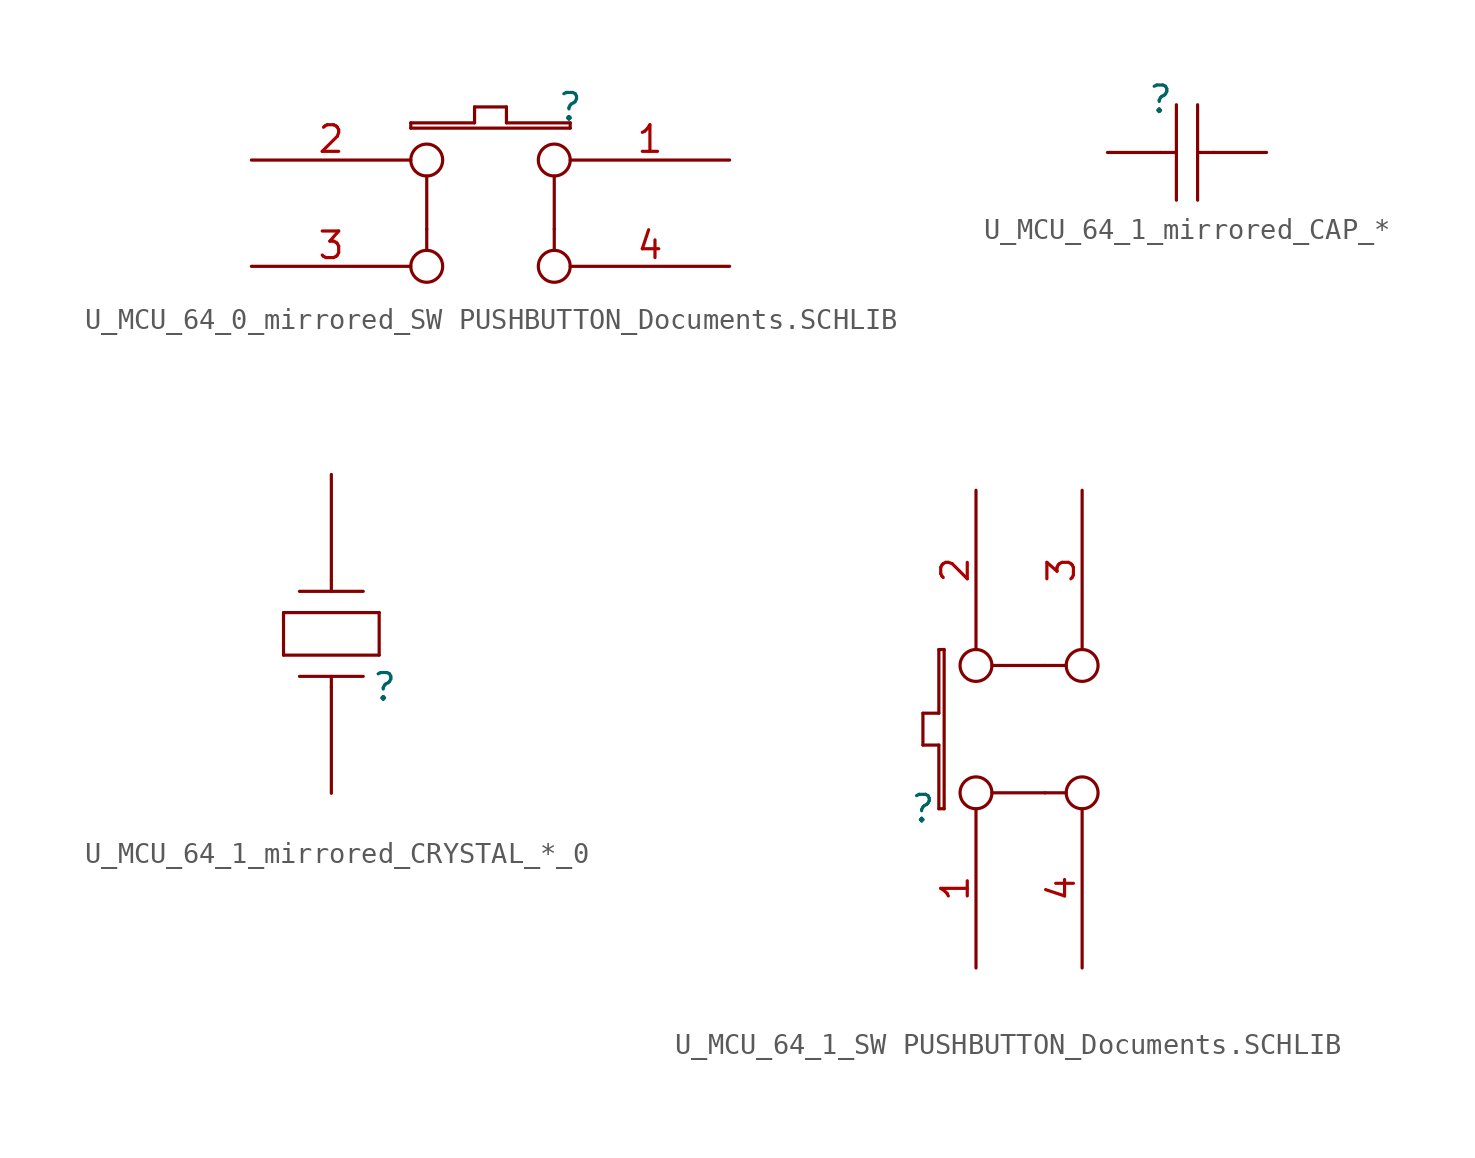
<source format=kicad_sym>
(kicad_symbol_lib
  (version 20241209)
  (generator "kicad_symbol_editor")
  (generator_version "9.0")
  (symbol "U_MCU_64_0_mirrored_SW PUSHBUTTON_Documents.SCHLIB"
    (pin_names
      (hide yes))
    (property "Reference" ""
      (at 0 0 0)
      (effects (font (size 1.27 1.27))))
    (property "Value" ""
      (at 0 0 0)
      (effects (font (size 1.27 1.27))))
    (symbol "U_MCU_64_0_mirrored_SW PUSHBUTTON_Documents.SCHLIB_1_0"
      (polyline (pts (xy -7.62 -0.762) (xy -4.572 -0.762)) (stroke (width 0) (type solid)) (fill (type none)))
      (polyline (pts (xy -7.62 -1.016) (xy -7.62 -0.762)) (stroke (width 0) (type solid)) (fill (type none)))
      (circle (center -6.858 -2.54) (radius 0.762) (stroke (width 0) (type solid)) (fill (type none)))
      (polyline (pts (xy -6.858 -3.302) (xy -6.858 -5.842)) (stroke (width 0) (type solid)) (fill (type none)))
      (polyline (pts (xy -6.858 -5.842) (xy -6.858 -6.858)) (stroke (width 0) (type solid)) (fill (type none)))
      (circle (center -6.858 -7.62) (radius 0.762) (stroke (width 0) (type solid)) (fill (type none)))
      (polyline (pts (xy -4.572 0) (xy -3.048 0)) (stroke (width 0) (type solid)) (fill (type none)))
      (polyline (pts (xy -4.572 -0.762) (xy -4.572 0)) (stroke (width 0) (type solid)) (fill (type none)))
      (polyline (pts (xy -3.048 0) (xy -3.048 -0.762)) (stroke (width 0) (type solid)) (fill (type none)))
      (polyline (pts (xy -3.048 -0.762) (xy 0 -0.762)) (stroke (width 0) (type solid)) (fill (type none)))
      (circle (center -0.762 -2.54) (radius 0.762) (stroke (width 0) (type solid)) (fill (type none)))
      (polyline (pts (xy -0.762 -3.302) (xy -0.762 -5.842)) (stroke (width 0) (type solid)) (fill (type none)))
      (polyline (pts (xy -0.762 -5.842) (xy -0.762 -6.858)) (stroke (width 0) (type solid)) (fill (type none)))
      (circle (center -0.762 -7.62) (radius 0.762) (stroke (width 0) (type solid)) (fill (type none)))
      (polyline (pts (xy 0 -0.762) (xy 0 -1.016)) (stroke (width 0) (type solid)) (fill (type none)))
      (polyline (pts (xy 0 -1.016) (xy -7.62 -1.016)) (stroke (width 0) (type solid)) (fill (type none)))
      (pin passive line (at -15.24 -2.54 0) (length 7.62) (name "B0" (effects (font (size 1.27 1.27)))) (number "2" (effects (font (size 1.27 1.27)))))
      (pin passive line (at -15.24 -7.62 0) (length 7.62) (name "B1" (effects (font (size 1.27 1.27)))) (number "3" (effects (font (size 1.27 1.27)))))
      (pin passive line (at 7.62 -2.54 180) (length 7.62) (name "A0" (effects (font (size 1.27 1.27)))) (number "1" (effects (font (size 1.27 1.27)))))
      (pin passive line (at 7.62 -7.62 180) (length 7.62) (name "A1" (effects (font (size 1.27 1.27)))) (number "4" (effects (font (size 1.27 1.27)))))))
  (symbol "U_MCU_64_1_mirrored_CAP_*"
    (pin_numbers
      (hide yes))
    (pin_names
      (hide yes))
    (property "Reference" ""
      (at 0 0 0)
      (effects (font (size 1.27 1.27))))
    (property "Value" ""
      (at 0 0 0)
      (effects (font (size 1.27 1.27))))
    (symbol "U_MCU_64_1_mirrored_CAP_*_1_0"
      (polyline (pts (xy 0 -2.54) (xy 0.762 -2.54)) (stroke (width 0) (type solid)) (fill (type none)))
      (polyline (pts (xy 0.762 -0.254) (xy 0.762 -4.826)) (stroke (width 0) (type solid)) (fill (type none)))
      (polyline (pts (xy 1.778 -0.254) (xy 1.778 -4.826)) (stroke (width 0) (type solid)) (fill (type none)))
      (polyline (pts (xy 1.778 -2.54) (xy 2.54 -2.54)) (stroke (width 0) (type solid)) (fill (type none)))
      (pin passive line (at -2.54 -2.54 0) (length 2.54) (name "1" (effects (font (size 1.27 1.27)))) (number "1" (effects (font (size 1.27 1.27)))))
      (pin passive line (at 5.08 -2.54 180) (length 2.54) (name "2" (effects (font (size 1.27 1.27)))) (number "2" (effects (font (size 1.27 1.27)))))))
  (symbol "U_MCU_64_1_mirrored_CRYSTAL_*_0"
    (pin_numbers
      (hide yes))
    (pin_names
      (hide yes))
    (property "Reference" ""
      (at 0 0 0)
      (effects (font (size 1.27 1.27))))
    (property "Value" ""
      (at 0 0 0)
      (effects (font (size 1.27 1.27))))
    (symbol "U_MCU_64_1_mirrored_CRYSTAL_*_0_1_0"
      (polyline (pts (xy -4.826 1.524) (xy -4.826 3.556)) (stroke (width 0) (type solid)) (fill (type none)))
      (polyline (pts (xy -2.54 4.572) (xy -2.54 5.08)) (stroke (width 0) (type solid)) (fill (type none)))
      (polyline (pts (xy -2.54 0) (xy -2.54 0.508)) (stroke (width 0) (type solid)) (fill (type none)))
      (polyline (pts (xy -1.016 4.572) (xy -4.064 4.572)) (stroke (width 0) (type solid)) (fill (type none)))
      (polyline (pts (xy -1.016 0.508) (xy -4.064 0.508)) (stroke (width 0) (type solid)) (fill (type none)))
      (polyline (pts (xy -0.254 3.556) (xy -4.826 3.556)) (stroke (width 0) (type solid)) (fill (type none)))
      (polyline (pts (xy -0.254 1.524) (xy -4.826 1.524)) (stroke (width 0) (type solid)) (fill (type none)))
      (polyline (pts (xy -0.254 1.524) (xy -0.254 3.556)) (stroke (width 0) (type solid)) (fill (type none)))
      (pin passive line (at -2.54 10.16 270) (length 5.08) (name "2" (effects (font (size 1.27 1.27)))) (number "2" (effects (font (size 1.27 1.27)))))
      (pin passive line (at -2.54 -5.08 90) (length 5.08) (name "1" (effects (font (size 1.27 1.27)))) (number "1" (effects (font (size 1.27 1.27)))))))
  (symbol "U_MCU_64_1_SW PUSHBUTTON_Documents.SCHLIB"
    (pin_names
      (hide yes))
    (property "Reference" ""
      (at 0 0 0)
      (effects (font (size 1.27 1.27))))
    (property "Value" ""
      (at 0 0 0)
      (effects (font (size 1.27 1.27))))
    (symbol "U_MCU_64_1_SW PUSHBUTTON_Documents.SCHLIB_1_0"
      (polyline (pts (xy 0 4.572) (xy 0 3.048)) (stroke (width 0) (type solid)) (fill (type none)))
      (polyline (pts (xy 0 3.048) (xy 0.762 3.048)) (stroke (width 0) (type solid)) (fill (type none)))
      (polyline (pts (xy 0.762 7.62) (xy 0.762 4.572)) (stroke (width 0) (type solid)) (fill (type none)))
      (polyline (pts (xy 0.762 4.572) (xy 0 4.572)) (stroke (width 0) (type solid)) (fill (type none)))
      (polyline (pts (xy 0.762 3.048) (xy 0.762 0)) (stroke (width 0) (type solid)) (fill (type none)))
      (polyline (pts (xy 0.762 0) (xy 1.016 0)) (stroke (width 0) (type solid)) (fill (type none)))
      (polyline (pts (xy 1.016 7.62) (xy 0.762 7.62)) (stroke (width 0) (type solid)) (fill (type none)))
      (polyline (pts (xy 1.016 0) (xy 1.016 7.62)) (stroke (width 0) (type solid)) (fill (type none)))
      (circle (center 2.54 6.858) (radius 0.762) (stroke (width 0) (type solid)) (fill (type none)))
      (circle (center 2.54 0.762) (radius 0.762) (stroke (width 0) (type solid)) (fill (type none)))
      (polyline (pts (xy 3.302 6.858) (xy 5.842 6.858)) (stroke (width 0) (type solid)) (fill (type none)))
      (polyline (pts (xy 3.302 0.762) (xy 5.842 0.762)) (stroke (width 0) (type solid)) (fill (type none)))
      (polyline (pts (xy 5.842 6.858) (xy 6.858 6.858)) (stroke (width 0) (type solid)) (fill (type none)))
      (polyline (pts (xy 5.842 0.762) (xy 6.858 0.762)) (stroke (width 0) (type solid)) (fill (type none)))
      (circle (center 7.62 6.858) (radius 0.762) (stroke (width 0) (type solid)) (fill (type none)))
      (circle (center 7.62 0.762) (radius 0.762) (stroke (width 0) (type solid)) (fill (type none)))
      (pin passive line (at 2.54 15.24 270) (length 7.62) (name "B0" (effects (font (size 1.27 1.27)))) (number "2" (effects (font (size 1.27 1.27)))))
      (pin passive line (at 2.54 -7.62 90) (length 7.62) (name "A0" (effects (font (size 1.27 1.27)))) (number "1" (effects (font (size 1.27 1.27)))))
      (pin passive line (at 7.62 15.24 270) (length 7.62) (name "B1" (effects (font (size 1.27 1.27)))) (number "3" (effects (font (size 1.27 1.27)))))
      (pin passive line (at 7.62 -7.62 90) (length 7.62) (name "A1" (effects (font (size 1.27 1.27)))) (number "4" (effects (font (size 1.27 1.27))))))))
</source>
